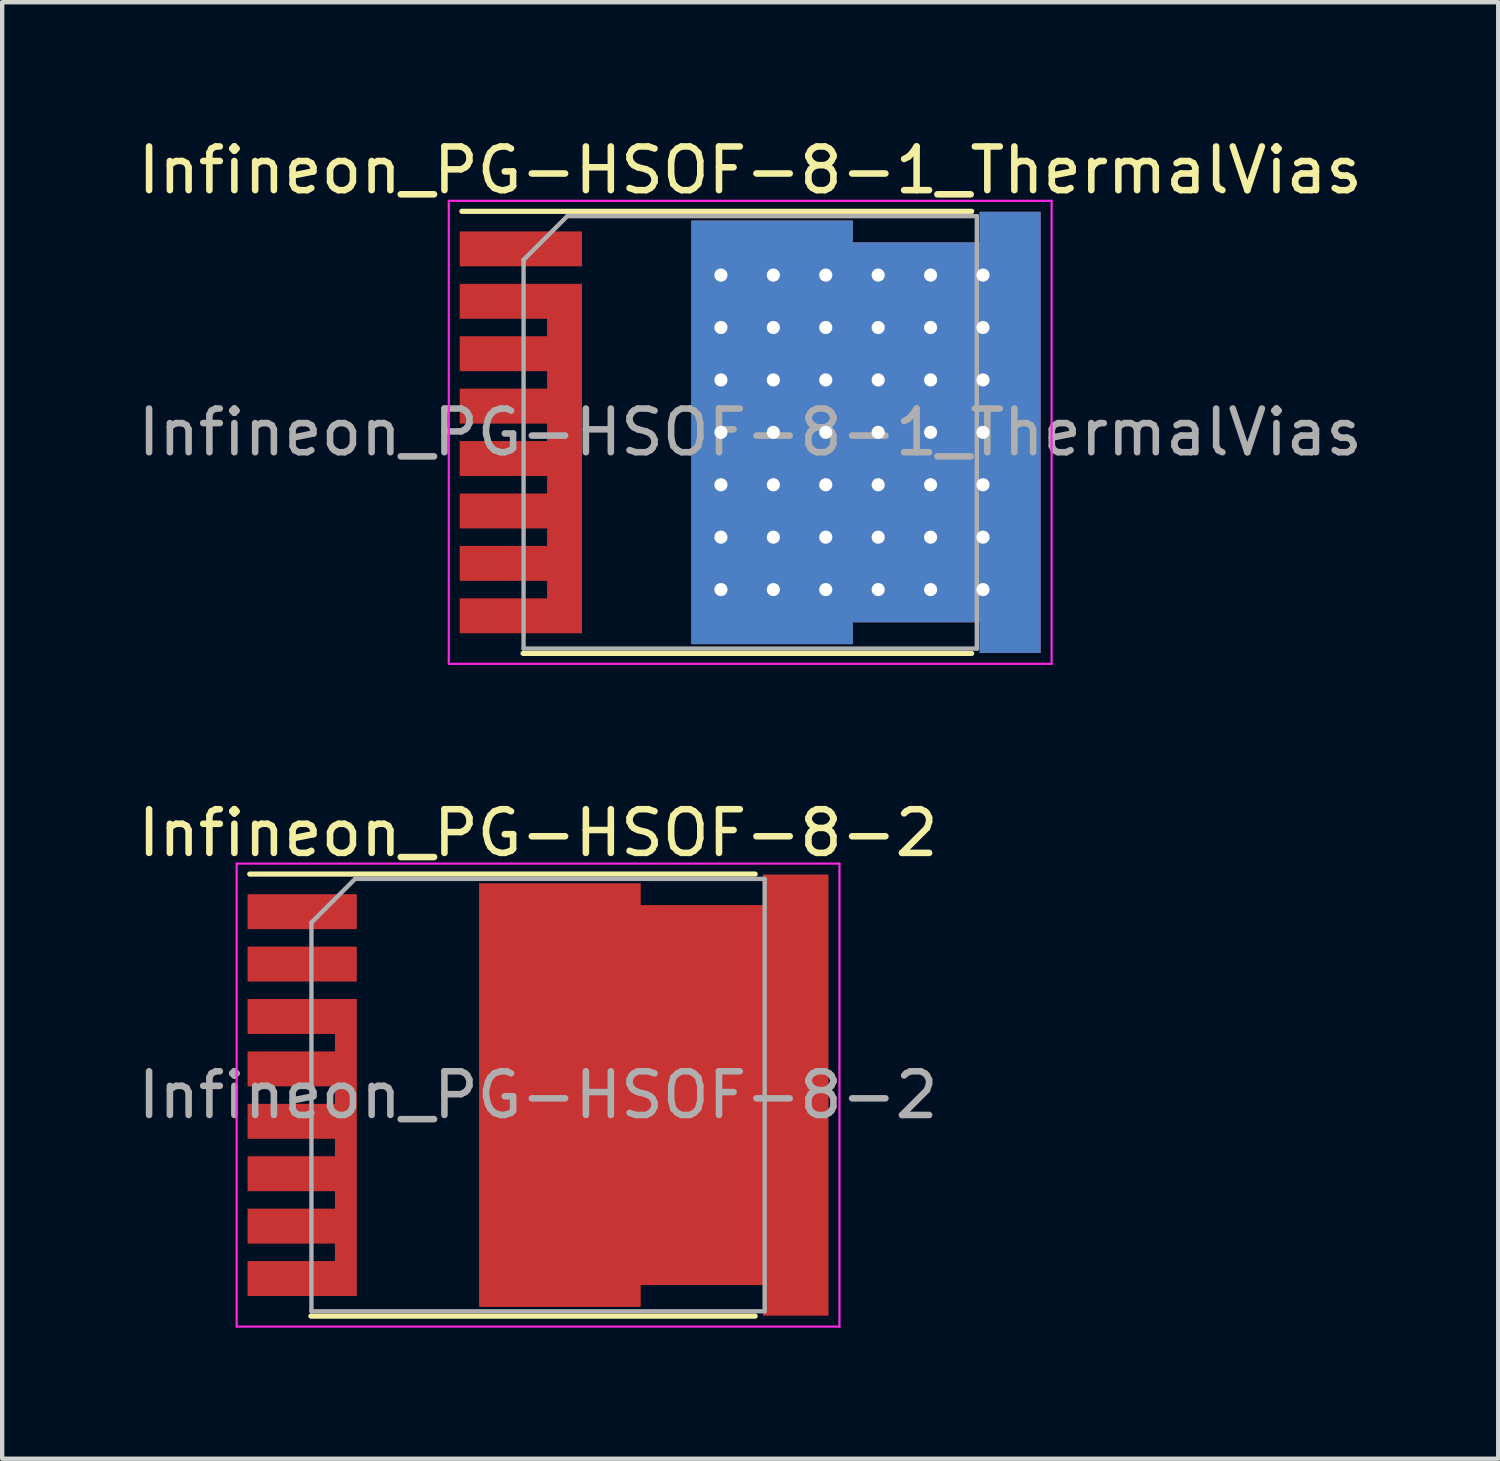
<source format=kicad_pcb>
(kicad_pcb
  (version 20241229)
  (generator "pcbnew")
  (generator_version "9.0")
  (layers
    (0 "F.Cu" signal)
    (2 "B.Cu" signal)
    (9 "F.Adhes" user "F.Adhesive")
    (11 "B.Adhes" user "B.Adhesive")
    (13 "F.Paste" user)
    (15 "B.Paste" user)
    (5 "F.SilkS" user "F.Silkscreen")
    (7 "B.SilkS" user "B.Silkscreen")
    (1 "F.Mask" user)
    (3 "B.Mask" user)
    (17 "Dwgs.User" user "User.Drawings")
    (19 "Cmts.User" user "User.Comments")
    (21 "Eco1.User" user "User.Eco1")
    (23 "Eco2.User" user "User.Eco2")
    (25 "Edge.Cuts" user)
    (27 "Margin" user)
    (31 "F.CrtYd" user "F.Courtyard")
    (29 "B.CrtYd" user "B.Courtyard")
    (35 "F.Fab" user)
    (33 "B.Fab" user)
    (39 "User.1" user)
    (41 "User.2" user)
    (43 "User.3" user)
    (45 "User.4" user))
  (footprint "Infineon_PG-HSOF-8-1_ThermalVias"
    (layer "F.Cu")
    (at 14.125 6.848)
    (property "Reference" "Infineon_PG-HSOF-8-1_ThermalVias" (at 0 -6 0) (layer "F.SilkS") (effects (font (size 1 1) (thickness 0.15))))
    (attr smd)
    (fp_line (start -5.2 5.06) (end 5.07 5.06) (stroke (width 0.12) (type solid)) (layer "F.SilkS"))
    (fp_line (start 5.07 -5.06) (end -6.6 -5.06) (stroke (width 0.12) (type solid)) (layer "F.SilkS"))
    (fp_line (start -6.9 5.3) (end -6.9 -5.3) (stroke (width 0.05) (type solid)) (layer "F.CrtYd"))
    (fp_line (start -6.9 5.3) (end 6.9 5.3) (stroke (width 0.05) (type solid)) (layer "F.CrtYd"))
    (fp_line (start 6.9 -5.3) (end -6.9 -5.3) (stroke (width 0.05) (type solid)) (layer "F.CrtYd"))
    (fp_line (start 6.9 -5.3) (end 6.9 5.3) (stroke (width 0.05) (type solid)) (layer "F.CrtYd"))
    (fp_line (start -5.188 4.95) (end -5.188 -3.95) (stroke (width 0.1) (type solid)) (layer "F.Fab"))
    (fp_line (start -4.188 -4.95) (end -5.188 -3.95) (stroke (width 0.1) (type solid)) (layer "F.Fab"))
    (fp_line (start -4.188 -4.95) (end 5.188 -4.95) (stroke (width 0.1) (type solid)) (layer "F.Fab"))
    (fp_line (start 5.188 -4.95) (end 5.188 4.95) (stroke (width 0.1) (type solid)) (layer "F.Fab"))
    (fp_line (start 5.188 4.95) (end -5.188 4.95) (stroke (width 0.1) (type solid)) (layer "F.Fab"))
    (fp_text user "${REFERENCE}" (at 0 0 0) (layer "F.Fab") (effects (font (size 1 1) (thickness 0.15))))
    (pad "" smd rect (at -5.25 -4.2) (size 2.6 0.7) (layers "F.Paste"))
    (pad "" smd rect (at -5.25 -3) (size 2.6 0.7) (layers "F.Paste"))
    (pad "" smd rect (at -5.25 -1.8) (size 2.6 0.7) (layers "F.Paste"))
    (pad "" smd rect (at -5.25 -0.6) (size 2.6 0.7) (layers "F.Paste"))
    (pad "" smd rect (at -5.25 0.6) (size 2.6 0.7) (layers "F.Paste"))
    (pad "" smd rect (at -5.25 1.8) (size 2.6 0.7) (layers "F.Paste"))
    (pad "" smd rect (at -5.25 3) (size 2.6 0.7) (layers "F.Paste"))
    (pad "" smd rect (at -5.25 4.2) (size 2.6 0.7) (layers "F.Paste"))
    (pad "" smd circle (at -0.07 -4.2) (size 1 1) (layers "F.Paste"))
    (pad "" smd circle (at -0.07 -3) (size 1 1) (layers "F.Paste"))
    (pad "" smd circle (at -0.07 -1.8) (size 1 1) (layers "F.Paste"))
    (pad "" smd circle (at -0.07 -0.6) (size 1 1) (layers "F.Paste"))
    (pad "" smd circle (at -0.07 0.6) (size 1 1) (layers "F.Paste"))
    (pad "" smd circle (at -0.07 1.8) (size 1 1) (layers "F.Paste"))
    (pad "" smd circle (at -0.07 3) (size 1 1) (layers "F.Paste"))
    (pad "" smd circle (at -0.07 4.2) (size 1 1) (layers "F.Paste"))
    (pad "" smd circle (at 1.13 -4.2) (size 1 1) (layers "F.Paste"))
    (pad "" smd circle (at 1.13 -3) (size 1 1) (layers "F.Paste"))
    (pad "" smd circle (at 1.13 -1.8) (size 1 1) (layers "F.Paste"))
    (pad "" smd circle (at 1.13 -0.6) (size 1 1) (layers "F.Paste"))
    (pad "" smd circle (at 1.13 0.6) (size 1 1) (layers "F.Paste"))
    (pad "" smd circle (at 1.13 1.8) (size 1 1) (layers "F.Paste"))
    (pad "" smd circle (at 1.13 3) (size 1 1) (layers "F.Paste"))
    (pad "" smd circle (at 1.13 4.2) (size 1 1) (layers "F.Paste"))
    (pad "" smd circle (at 2.33 -3) (size 1 1) (layers "F.Paste"))
    (pad "" smd circle (at 2.33 -1.8) (size 1 1) (layers "F.Paste"))
    (pad "" smd circle (at 2.33 -0.6) (size 1 1) (layers "F.Paste"))
    (pad "" smd circle (at 2.33 0.6) (size 1 1) (layers "F.Paste"))
    (pad "" smd circle (at 2.33 1.8) (size 1 1) (layers "F.Paste"))
    (pad "" smd circle (at 2.33 3) (size 1 1) (layers "F.Paste"))
    (pad "" smd circle (at 3.53 -3) (size 1 1) (layers "F.Paste"))
    (pad "" smd circle (at 3.53 -1.8) (size 1 1) (layers "F.Paste"))
    (pad "" smd circle (at 3.53 -0.6) (size 1 1) (layers "F.Paste"))
    (pad "" smd circle (at 3.53 0.6) (size 1 1) (layers "F.Paste"))
    (pad "" smd circle (at 3.53 1.8) (size 1 1) (layers "F.Paste"))
    (pad "" smd circle (at 3.53 3) (size 1 1) (layers "F.Paste"))
    (pad "" smd circle (at 4.73 -3) (size 1 1) (layers "F.Paste"))
    (pad "" smd circle (at 4.73 -1.8) (size 1 1) (layers "F.Paste"))
    (pad "" smd circle (at 4.73 -0.6) (size 1 1) (layers "F.Paste"))
    (pad "" smd circle (at 4.73 0.6) (size 1 1) (layers "F.Paste"))
    (pad "" smd circle (at 4.73 1.8) (size 1 1) (layers "F.Paste"))
    (pad "" smd circle (at 4.73 3) (size 1 1) (layers "F.Paste"))
    (pad "" smd circle (at 5.93 -4.2) (size 1 1) (layers "F.Paste"))
    (pad "" smd circle (at 5.93 -3) (size 1 1) (layers "F.Paste"))
    (pad "" smd circle (at 5.93 -1.8) (size 1 1) (layers "F.Paste"))
    (pad "" smd circle (at 5.93 -0.6) (size 1 1) (layers "F.Paste"))
    (pad "" smd circle (at 5.93 0.6) (size 1 1) (layers "F.Paste"))
    (pad "" smd circle (at 5.93 1.8) (size 1 1) (layers "F.Paste"))
    (pad "" smd circle (at 5.93 3) (size 1 1) (layers "F.Paste"))
    (pad "" smd circle (at 5.93 4.2) (size 1 1) (layers "F.Paste"))
    (pad "1" smd rect (at -5.25 -4.2) (size 2.8 0.8) (layers "F.Cu" "F.Mask"))
    (pad "2" smd custom (at -4.25 0.6) (size 0.8 8) (layers "F.Cu" "F.Mask") (options (anchor rect)) (primitives (gr_poly (pts (xy -0.4 -3.2) (xy -2.4 -3.2) (xy -2.4 -4) (xy -0.4 -4)) (width 0) (fill yes)) (gr_poly (pts (xy -0.4 -2) (xy -2.4 -2) (xy -2.4 -2.8) (xy -0.4 -2.8)) (width 0) (fill yes)) (gr_poly (pts (xy -0.4 -0.8) (xy -2.4 -0.8) (xy -2.4 -1.6) (xy -0.4 -1.6)) (width 0) (fill yes)) (gr_poly (pts (xy -0.4 0.4) (xy -2.4 0.4) (xy -2.4 -0.4) (xy -0.4 -0.4)) (width 0) (fill yes)) (gr_poly (pts (xy -0.4 1.6) (xy -2.4 1.6) (xy -2.4 0.8) (xy -0.4 0.8)) (width 0) (fill yes)) (gr_poly (pts (xy -0.4 2.8) (xy -2.4 2.8) (xy -2.4 2) (xy -0.4 2)) (width 0) (fill yes)) (gr_poly (pts (xy -0.4 4) (xy -2.4 4) (xy -2.4 3.2) (xy -0.4 3.2)) (width 0) (fill yes))))
    (pad "3" thru_hole circle (at -0.67 -3.6) (size 0.6 0.6) (drill 0.3) (layers "*.Cu"))
    (pad "3" thru_hole circle (at -0.67 -2.4) (size 0.6 0.6) (drill 0.3) (layers "*.Cu"))
    (pad "3" thru_hole circle (at -0.67 -1.2) (size 0.6 0.6) (drill 0.3) (layers "*.Cu"))
    (pad "3" thru_hole circle (at -0.67 0) (size 0.6 0.6) (drill 0.3) (layers "*.Cu"))
    (pad "3" thru_hole circle (at -0.67 1.2) (size 0.6 0.6) (drill 0.3) (layers "*.Cu"))
    (pad "3" thru_hole circle (at -0.67 2.4) (size 0.6 0.6) (drill 0.3) (layers "*.Cu"))
    (pad "3" thru_hole circle (at -0.67 3.6) (size 0.6 0.6) (drill 0.3) (layers "*.Cu"))
    (pad "3" thru_hole circle (at 0.53 -3.6) (size 0.6 0.6) (drill 0.3) (layers "*.Cu"))
    (pad "3" thru_hole circle (at 0.53 -2.4) (size 0.6 0.6) (drill 0.3) (layers "*.Cu"))
    (pad "3" thru_hole circle (at 0.53 -1.2) (size 0.6 0.6) (drill 0.3) (layers "*.Cu"))
    (pad "3" thru_hole circle (at 0.53 0) (size 0.6 0.6) (drill 0.3) (layers "*.Cu"))
    (pad "3" thru_hole circle (at 0.53 1.2) (size 0.6 0.6) (drill 0.3) (layers "*.Cu"))
    (pad "3" thru_hole circle (at 0.53 2.4) (size 0.6 0.6) (drill 0.3) (layers "*.Cu"))
    (pad "3" thru_hole circle (at 0.53 3.6) (size 0.6 0.6) (drill 0.3) (layers "*.Cu"))
    (pad "3" thru_hole circle (at 1.73 -3.6) (size 0.6 0.6) (drill 0.3) (layers "*.Cu"))
    (pad "3" thru_hole circle (at 1.73 -2.4) (size 0.6 0.6) (drill 0.3) (layers "*.Cu"))
    (pad "3" thru_hole circle (at 1.73 -1.2) (size 0.6 0.6) (drill 0.3) (layers "*.Cu"))
    (pad "3" thru_hole circle (at 1.73 0) (size 0.6 0.6) (drill 0.3) (layers "*.Cu"))
    (pad "3" thru_hole circle (at 1.73 1.2) (size 0.6 0.6) (drill 0.3) (layers "*.Cu"))
    (pad "3" thru_hole circle (at 1.73 2.4) (size 0.6 0.6) (drill 0.3) (layers "*.Cu"))
    (pad "3" thru_hole circle (at 1.73 3.6) (size 0.6 0.6) (drill 0.3) (layers "*.Cu"))
    (pad "3" thru_hole circle (at 2.93 -3.6) (size 0.6 0.6) (drill 0.3) (layers "*.Cu"))
    (pad "3" thru_hole circle (at 2.93 -2.4) (size 0.6 0.6) (drill 0.3) (layers "*.Cu"))
    (pad "3" thru_hole circle (at 2.93 -1.2) (size 0.6 0.6) (drill 0.3) (layers "*.Cu"))
    (pad "3" thru_hole circle (at 2.93 0) (size 0.6 0.6) (drill 0.3) (layers "*.Cu"))
    (pad "3" thru_hole circle (at 2.93 1.2) (size 0.6 0.6) (drill 0.3) (layers "*.Cu"))
    (pad "3" thru_hole circle (at 2.93 2.4) (size 0.6 0.6) (drill 0.3) (layers "*.Cu"))
    (pad "3" thru_hole circle (at 2.93 3.6) (size 0.6 0.6) (drill 0.3) (layers "*.Cu"))
    (pad "3" smd custom (at 3.8 0) (size 2.9 8.7) (layers "F.Cu" "F.Mask") (options (anchor rect)) (primitives (gr_poly (pts (xy 2.85 5.05) (xy 1.45 5.05) (xy 1.45 -5.05) (xy 2.85 -5.05)) (width 0) (fill yes)) (gr_poly (pts (xy -1.45 4.85) (xy -5.15 4.85) (xy -5.15 -4.85) (xy -1.45 -4.85)) (width 0) (fill yes))))
    (pad "3" smd custom (at 3.8 0) (size 2.9 8.7) (layers "B.Cu") (options (anchor rect)) (primitives (gr_poly (pts (xy 2.85 5.05) (xy 1.45 5.05) (xy 1.45 -5.05) (xy 2.85 -5.05)) (width 0) (fill yes)) (gr_poly (pts (xy -1.45 4.85) (xy -5.15 4.85) (xy -5.15 -4.85) (xy -1.45 -4.85)) (width 0) (fill yes))))
    (pad "3" thru_hole circle (at 4.13 -3.6) (size 0.6 0.6) (drill 0.3) (layers "*.Cu"))
    (pad "3" thru_hole circle (at 4.13 -2.4) (size 0.6 0.6) (drill 0.3) (layers "*.Cu"))
    (pad "3" thru_hole circle (at 4.13 -1.2) (size 0.6 0.6) (drill 0.3) (layers "*.Cu"))
    (pad "3" thru_hole circle (at 4.13 0) (size 0.6 0.6) (drill 0.3) (layers "*.Cu"))
    (pad "3" thru_hole circle (at 4.13 1.2) (size 0.6 0.6) (drill 0.3) (layers "*.Cu"))
    (pad "3" thru_hole circle (at 4.13 2.4) (size 0.6 0.6) (drill 0.3) (layers "*.Cu"))
    (pad "3" thru_hole circle (at 4.13 3.6) (size 0.6 0.6) (drill 0.3) (layers "*.Cu"))
    (pad "3" thru_hole circle (at 5.33 -3.6) (size 0.6 0.6) (drill 0.3) (layers "*.Cu"))
    (pad "3" thru_hole circle (at 5.33 -2.4) (size 0.6 0.6) (drill 0.3) (layers "*.Cu"))
    (pad "3" thru_hole circle (at 5.33 -1.2) (size 0.6 0.6) (drill 0.3) (layers "*.Cu"))
    (pad "3" thru_hole circle (at 5.33 0) (size 0.6 0.6) (drill 0.3) (layers "*.Cu"))
    (pad "3" thru_hole circle (at 5.33 1.2) (size 0.6 0.6) (drill 0.3) (layers "*.Cu"))
    (pad "3" thru_hole circle (at 5.33 2.4) (size 0.6 0.6) (drill 0.3) (layers "*.Cu"))
    (pad "3" thru_hole circle (at 5.33 3.6) (size 0.6 0.6) (drill 0.3) (layers "*.Cu")))
  (footprint "Infineon_PG-HSOF-8-2"
    (layer "F.Cu")
    (at 9.268 22.021)
    (property "Reference" "Infineon_PG-HSOF-8-2" (at 0 -6 0) (layer "F.SilkS") (effects (font (size 1 1) (thickness 0.15))))
    (attr smd)
    (fp_line (start -5.2 5.06) (end 4.97 5.06) (stroke (width 0.12) (type solid)) (layer "F.SilkS"))
    (fp_line (start 4.97 -5.06) (end -6.6 -5.06) (stroke (width 0.12) (type solid)) (layer "F.SilkS"))
    (fp_line (start -6.9 5.3) (end -6.9 -5.3) (stroke (width 0.05) (type solid)) (layer "F.CrtYd"))
    (fp_line (start -6.9 5.3) (end 6.9 5.3) (stroke (width 0.05) (type solid)) (layer "F.CrtYd"))
    (fp_line (start 6.9 -5.3) (end -6.9 -5.3) (stroke (width 0.05) (type solid)) (layer "F.CrtYd"))
    (fp_line (start 6.9 -5.3) (end 6.9 5.3) (stroke (width 0.05) (type solid)) (layer "F.CrtYd"))
    (fp_line (start -5.188 4.95) (end -5.188 -3.95) (stroke (width 0.1) (type solid)) (layer "F.Fab"))
    (fp_line (start -4.188 -4.95) (end -5.188 -3.95) (stroke (width 0.1) (type solid)) (layer "F.Fab"))
    (fp_line (start -4.188 -4.95) (end 5.188 -4.95) (stroke (width 0.1) (type solid)) (layer "F.Fab"))
    (fp_line (start 5.188 -4.95) (end 5.188 4.95) (stroke (width 0.1) (type solid)) (layer "F.Fab"))
    (fp_line (start 5.188 4.95) (end -5.188 4.95) (stroke (width 0.1) (type solid)) (layer "F.Fab"))
    (fp_text user "${REFERENCE}" (at 0 0 0) (layer "F.Fab") (effects (font (size 1 1) (thickness 0.15))))
    (pad "" smd rect (at -5.4 -4.2) (size 2.35 0.7) (layers "F.Paste"))
    (pad "" smd rect (at -5.4 -3) (size 2.35 0.7) (layers "F.Paste"))
    (pad "" smd rect (at -5.4 -1.8) (size 2.35 0.7) (layers "F.Paste"))
    (pad "" smd rect (at -5.4 -0.6) (size 2.35 0.7) (layers "F.Paste"))
    (pad "" smd rect (at -5.4 0.6) (size 2.35 0.7) (layers "F.Paste"))
    (pad "" smd rect (at -5.4 1.8) (size 2.35 0.7) (layers "F.Paste"))
    (pad "" smd rect (at -5.4 3) (size 2.35 0.7) (layers "F.Paste"))
    (pad "" smd rect (at -5.4 4.2) (size 2.35 0.7) (layers "F.Paste"))
    (pad "1" smd rect (at -5.4 -4.2) (size 2.5 0.8) (layers "F.Cu" "F.Mask"))
    (pad "2" smd rect (at -5.4 -3) (size 2.5 0.8) (layers "F.Cu" "F.Mask"))
    (pad "3" smd custom (at -4.4 1.2) (size 0.5 6.8) (layers "F.Cu" "F.Mask") (options (anchor rect)) (primitives (gr_poly (pts (xy -0.25 -2.6) (xy -2.25 -2.6) (xy -2.25 -3.4) (xy -0.25 -3.4)) (width 0) (fill yes)) (gr_poly (pts (xy -0.25 -1.4) (xy -2.25 -1.4) (xy -2.25 -2.2) (xy -0.25 -2.2)) (width 0) (fill yes)) (gr_poly (pts (xy -0.25 -0.2) (xy -2.25 -0.2) (xy -2.25 -1) (xy -0.25 -1)) (width 0) (fill yes)) (gr_poly (pts (xy -0.25 1) (xy -2.25 1) (xy -2.25 0.2) (xy -0.25 0.2)) (width 0) (fill yes)) (gr_poly (pts (xy -0.25 2.2) (xy -2.25 2.2) (xy -2.25 1.4) (xy -0.25 1.4)) (width 0) (fill yes)) (gr_poly (pts (xy -0.25 3.4) (xy -2.25 3.4) (xy -2.25 2.6) (xy -0.25 2.6)) (width 0) (fill yes))))
    (pad "4" smd custom (at 3.75 0) (size 2.8 8.7) (layers "F.Cu" "F.Mask" "F.Paste") (options (anchor rect)) (primitives (gr_poly (pts (xy 2.9 5.05) (xy 1.4 5.05) (xy 1.4 -5.05) (xy 2.9 -5.05)) (width 0) (fill yes)) (gr_poly (pts (xy -1.4 4.85) (xy -5.1 4.85) (xy -5.1 -4.85) (xy -1.4 -4.85)) (width 0) (fill yes)))))
  (gr_rect
    (start -3 -3)
    (end 31.25 30.346)
    (stroke (width 0.1) (type default))
    (fill no)
    (layer "Edge.Cuts")))
</source>
